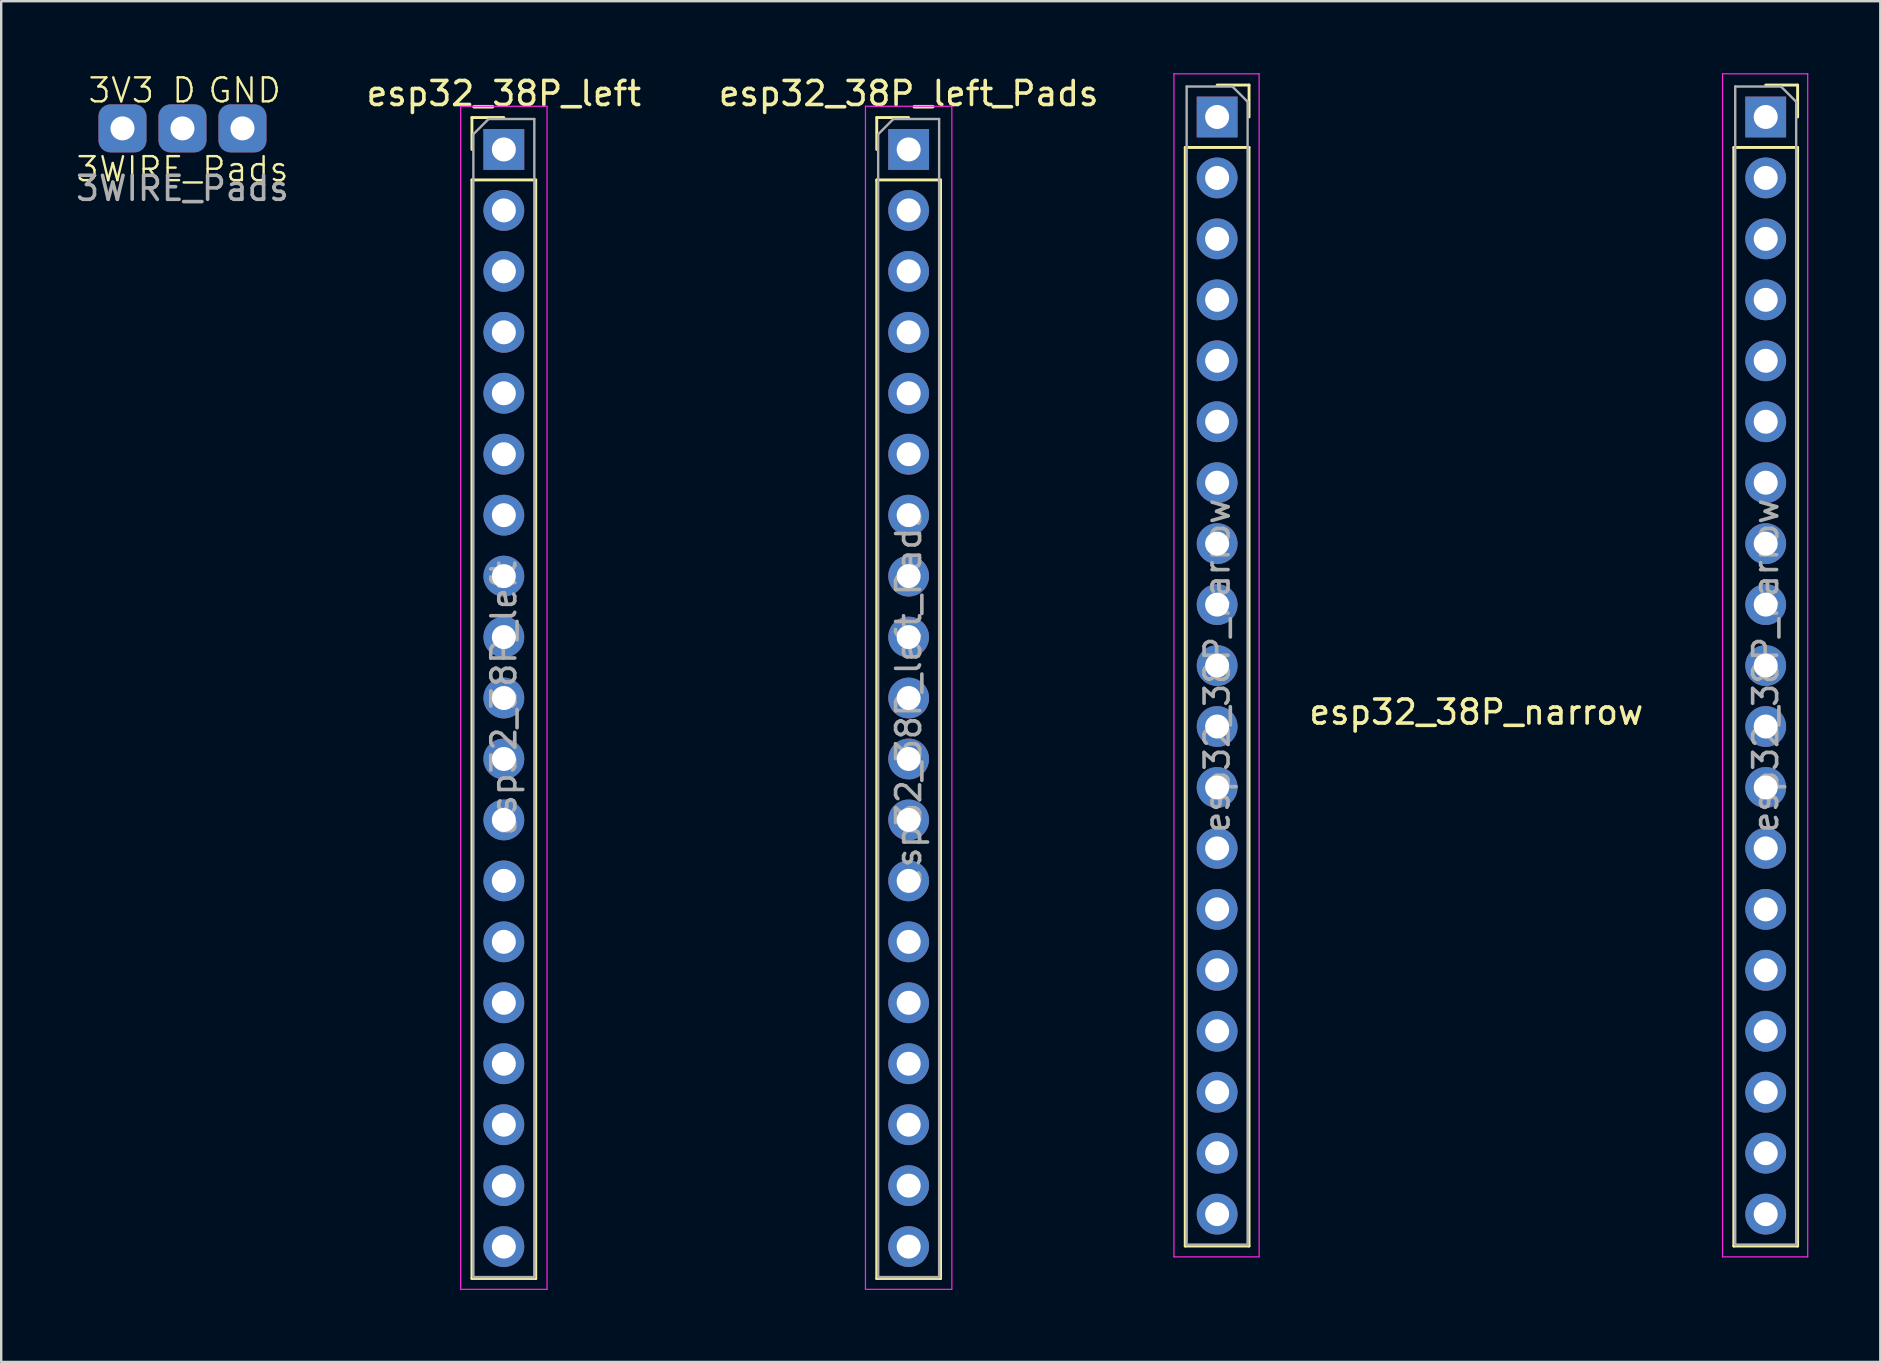
<source format=kicad_pcb>
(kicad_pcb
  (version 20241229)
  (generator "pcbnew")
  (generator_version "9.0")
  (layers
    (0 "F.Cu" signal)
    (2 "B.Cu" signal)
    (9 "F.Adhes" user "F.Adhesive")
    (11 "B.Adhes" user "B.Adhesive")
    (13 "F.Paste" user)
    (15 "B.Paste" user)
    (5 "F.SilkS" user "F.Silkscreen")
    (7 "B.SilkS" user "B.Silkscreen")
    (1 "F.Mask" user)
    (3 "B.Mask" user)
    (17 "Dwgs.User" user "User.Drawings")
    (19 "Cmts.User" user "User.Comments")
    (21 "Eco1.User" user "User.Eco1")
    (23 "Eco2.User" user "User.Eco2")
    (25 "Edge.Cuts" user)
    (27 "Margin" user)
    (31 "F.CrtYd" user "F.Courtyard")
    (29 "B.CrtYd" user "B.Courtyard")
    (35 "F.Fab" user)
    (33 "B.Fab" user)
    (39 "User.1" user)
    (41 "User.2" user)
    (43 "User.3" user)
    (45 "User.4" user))
  (footprint "esp32_38P_narrow"
    (layer "F.Cu")
    (at 47.67 1.825)
    (property "Reference" "esp32_38P_narrow" (at 10.8 24.8 0) (layer "F.SilkS") (effects (font (size 1 1) (thickness 0.15))))
    (attr through_hole)
    (fp_line (start -1.33 1.27) (end -1.33 47.05) (stroke (width 0.12) (type solid)) (layer "F.SilkS"))
    (fp_line (start -1.33 1.27) (end 1.33 1.27) (stroke (width 0.12) (type solid)) (layer "F.SilkS"))
    (fp_line (start -1.33 47.05) (end 1.33 47.05) (stroke (width 0.12) (type solid)) (layer "F.SilkS"))
    (fp_line (start 0 -1.33) (end 1.33 -1.33) (stroke (width 0.12) (type solid)) (layer "F.SilkS"))
    (fp_line (start 1.33 -1.33) (end 1.33 0) (stroke (width 0.12) (type solid)) (layer "F.SilkS"))
    (fp_line (start 1.33 1.27) (end 1.33 47.05) (stroke (width 0.12) (type solid)) (layer "F.SilkS"))
    (fp_line (start 21.53 1.27) (end 21.53 47.05) (stroke (width 0.12) (type solid)) (layer "F.SilkS"))
    (fp_line (start 21.53 1.27) (end 24.19 1.27) (stroke (width 0.12) (type solid)) (layer "F.SilkS"))
    (fp_line (start 21.53 47.05) (end 24.19 47.05) (stroke (width 0.12) (type solid)) (layer "F.SilkS"))
    (fp_line (start 22.86 -1.33) (end 24.19 -1.33) (stroke (width 0.12) (type solid)) (layer "F.SilkS"))
    (fp_line (start 24.19 -1.33) (end 24.19 0) (stroke (width 0.12) (type solid)) (layer "F.SilkS"))
    (fp_line (start 24.19 1.27) (end 24.19 47.05) (stroke (width 0.12) (type solid)) (layer "F.SilkS"))
    (fp_line (start -1.8 -1.8) (end 1.75 -1.8) (stroke (width 0.05) (type solid)) (layer "F.CrtYd"))
    (fp_line (start -1.8 47.5) (end -1.8 -1.8) (stroke (width 0.05) (type solid)) (layer "F.CrtYd"))
    (fp_line (start 1.75 -1.8) (end 1.75 47.5) (stroke (width 0.05) (type solid)) (layer "F.CrtYd"))
    (fp_line (start 1.75 47.5) (end -1.8 47.5) (stroke (width 0.05) (type solid)) (layer "F.CrtYd"))
    (fp_line (start 21.06 -1.8) (end 24.61 -1.8) (stroke (width 0.05) (type solid)) (layer "F.CrtYd"))
    (fp_line (start 21.06 47.5) (end 21.06 -1.8) (stroke (width 0.05) (type solid)) (layer "F.CrtYd"))
    (fp_line (start 24.61 -1.8) (end 24.61 47.5) (stroke (width 0.05) (type solid)) (layer "F.CrtYd"))
    (fp_line (start 24.61 47.5) (end 21.06 47.5) (stroke (width 0.05) (type solid)) (layer "F.CrtYd"))
    (fp_line (start -1.27 -1.27) (end 0.635 -1.27) (stroke (width 0.1) (type solid)) (layer "F.Fab"))
    (fp_line (start -1.27 46.99) (end -1.27 -1.27) (stroke (width 0.1) (type solid)) (layer "F.Fab"))
    (fp_line (start 0.635 -1.27) (end 1.27 -0.635) (stroke (width 0.1) (type solid)) (layer "F.Fab"))
    (fp_line (start 1.27 -0.635) (end 1.27 46.99) (stroke (width 0.1) (type solid)) (layer "F.Fab"))
    (fp_line (start 1.27 46.99) (end -1.27 46.99) (stroke (width 0.1) (type solid)) (layer "F.Fab"))
    (fp_line (start 21.59 -1.27) (end 23.495 -1.27) (stroke (width 0.1) (type solid)) (layer "F.Fab"))
    (fp_line (start 21.59 46.99) (end 21.59 -1.27) (stroke (width 0.1) (type solid)) (layer "F.Fab"))
    (fp_line (start 23.495 -1.27) (end 24.13 -0.635) (stroke (width 0.1) (type solid)) (layer "F.Fab"))
    (fp_line (start 24.13 -0.635) (end 24.13 46.99) (stroke (width 0.1) (type solid)) (layer "F.Fab"))
    (fp_line (start 24.13 46.99) (end 21.59 46.99) (stroke (width 0.1) (type solid)) (layer "F.Fab"))
    (fp_text user "${REFERENCE}" (at 0 22.86 90) (layer "F.Fab") (effects (font (size 1 1) (thickness 0.15))))
    (fp_text user "${REFERENCE}" (at 22.86 22.86 90) (layer "F.Fab") (effects (font (size 1 1) (thickness 0.15))))
    (pad "1" thru_hole rect (at 0 0) (size 1.7 1.7) (drill 1) (layers "*.Cu" "*.Mask"))
    (pad "2" thru_hole oval (at 0 2.54) (size 1.7 1.7) (drill 1) (layers "*.Cu" "*.Mask"))
    (pad "3" thru_hole oval (at 0 5.08) (size 1.7 1.7) (drill 1) (layers "*.Cu" "*.Mask"))
    (pad "4" thru_hole oval (at 0 7.62) (size 1.7 1.7) (drill 1) (layers "*.Cu" "*.Mask"))
    (pad "5" thru_hole oval (at 0 10.16) (size 1.7 1.7) (drill 1) (layers "*.Cu" "*.Mask"))
    (pad "6" thru_hole oval (at 0 12.7) (size 1.7 1.7) (drill 1) (layers "*.Cu" "*.Mask"))
    (pad "7" thru_hole oval (at 0 15.24) (size 1.7 1.7) (drill 1) (layers "*.Cu" "*.Mask"))
    (pad "8" thru_hole oval (at 0 17.78) (size 1.7 1.7) (drill 1) (layers "*.Cu" "*.Mask"))
    (pad "9" thru_hole oval (at 0 20.32) (size 1.7 1.7) (drill 1) (layers "*.Cu" "*.Mask"))
    (pad "10" thru_hole oval (at 0 22.86) (size 1.7 1.7) (drill 1) (layers "*.Cu" "*.Mask"))
    (pad "11" thru_hole oval (at 0 25.4) (size 1.7 1.7) (drill 1) (layers "*.Cu" "*.Mask"))
    (pad "12" thru_hole oval (at 0 27.94) (size 1.7 1.7) (drill 1) (layers "*.Cu" "*.Mask"))
    (pad "13" thru_hole oval (at 0 30.48) (size 1.7 1.7) (drill 1) (layers "*.Cu" "*.Mask"))
    (pad "14" thru_hole oval (at 0 33.02) (size 1.7 1.7) (drill 1) (layers "*.Cu" "*.Mask"))
    (pad "15" thru_hole oval (at 0 35.56) (size 1.7 1.7) (drill 1) (layers "*.Cu" "*.Mask"))
    (pad "16" thru_hole oval (at 0 38.1) (size 1.7 1.7) (drill 1) (layers "*.Cu" "*.Mask"))
    (pad "17" thru_hole oval (at 0 40.64) (size 1.7 1.7) (drill 1) (layers "*.Cu" "*.Mask"))
    (pad "18" thru_hole oval (at 0 43.18) (size 1.7 1.7) (drill 1) (layers "*.Cu" "*.Mask"))
    (pad "19" thru_hole oval (at 0 45.72) (size 1.7 1.7) (drill 1) (layers "*.Cu" "*.Mask"))
    (pad "20" thru_hole oval (at 22.86 45.72) (size 1.7 1.7) (drill 1) (layers "*.Cu" "*.Mask"))
    (pad "21" thru_hole oval (at 22.86 43.18) (size 1.7 1.7) (drill 1) (layers "*.Cu" "*.Mask"))
    (pad "22" thru_hole oval (at 22.86 40.64) (size 1.7 1.7) (drill 1) (layers "*.Cu" "*.Mask"))
    (pad "23" thru_hole oval (at 22.86 38.1) (size 1.7 1.7) (drill 1) (layers "*.Cu" "*.Mask"))
    (pad "24" thru_hole oval (at 22.86 35.56) (size 1.7 1.7) (drill 1) (layers "*.Cu" "*.Mask"))
    (pad "25" thru_hole oval (at 22.86 33.02) (size 1.7 1.7) (drill 1) (layers "*.Cu" "*.Mask"))
    (pad "26" thru_hole oval (at 22.86 30.48) (size 1.7 1.7) (drill 1) (layers "*.Cu" "*.Mask"))
    (pad "27" thru_hole oval (at 22.86 27.94) (size 1.7 1.7) (drill 1) (layers "*.Cu" "*.Mask"))
    (pad "28" thru_hole oval (at 22.86 25.4) (size 1.7 1.7) (drill 1) (layers "*.Cu" "*.Mask"))
    (pad "29" thru_hole oval (at 22.86 22.86) (size 1.7 1.7) (drill 1) (layers "*.Cu" "*.Mask"))
    (pad "30" thru_hole oval (at 22.86 20.32) (size 1.7 1.7) (drill 1) (layers "*.Cu" "*.Mask"))
    (pad "31" thru_hole oval (at 22.86 17.78) (size 1.7 1.7) (drill 1) (layers "*.Cu" "*.Mask"))
    (pad "32" thru_hole oval (at 22.86 15.24) (size 1.7 1.7) (drill 1) (layers "*.Cu" "*.Mask"))
    (pad "33" thru_hole oval (at 22.86 12.7) (size 1.7 1.7) (drill 1) (layers "*.Cu" "*.Mask"))
    (pad "34" thru_hole oval (at 22.86 10.16) (size 1.7 1.7) (drill 1) (layers "*.Cu" "*.Mask"))
    (pad "35" thru_hole oval (at 22.86 7.62) (size 1.7 1.7) (drill 1) (layers "*.Cu" "*.Mask"))
    (pad "36" thru_hole oval (at 22.86 5.08) (size 1.7 1.7) (drill 1) (layers "*.Cu" "*.Mask"))
    (pad "37" thru_hole oval (at 22.86 2.54) (size 1.7 1.7) (drill 1) (layers "*.Cu" "*.Mask"))
    (pad "38" thru_hole rect (at 22.86 0) (size 1.7 1.7) (drill 1) (layers "*.Cu" "*.Mask")))
  (footprint "esp32_38P_left_Pads"
    (layer "F.Cu")
    (at 34.815 26.038)
    (property "Reference" "esp32_38P_left_Pads" (at 0 -25.19 0) (layer "F.SilkS") (effects (font (size 1 1) (thickness 0.15))))
    (attr through_hole)
    (fp_line (start -1.33 -24.19) (end 0 -24.19) (stroke (width 0.12) (type solid)) (layer "F.SilkS"))
    (fp_line (start -1.33 -22.86) (end -1.33 -24.19) (stroke (width 0.12) (type solid)) (layer "F.SilkS"))
    (fp_line (start -1.33 -21.59) (end -1.33 24.19) (stroke (width 0.12) (type solid)) (layer "F.SilkS"))
    (fp_line (start -1.33 -21.59) (end 1.33 -21.59) (stroke (width 0.12) (type solid)) (layer "F.SilkS"))
    (fp_line (start -1.33 24.19) (end 1.33 24.19) (stroke (width 0.12) (type solid)) (layer "F.SilkS"))
    (fp_line (start 1.33 -21.59) (end 1.33 24.19) (stroke (width 0.12) (type solid)) (layer "F.SilkS"))
    (fp_line (start -1.8 -24.66) (end -1.8 24.64) (stroke (width 0.05) (type solid)) (layer "F.CrtYd"))
    (fp_line (start -1.8 24.64) (end 1.8 24.64) (stroke (width 0.05) (type solid)) (layer "F.CrtYd"))
    (fp_line (start 1.8 -24.66) (end -1.8 -24.66) (stroke (width 0.05) (type solid)) (layer "F.CrtYd"))
    (fp_line (start 1.8 24.64) (end 1.8 -24.66) (stroke (width 0.05) (type solid)) (layer "F.CrtYd"))
    (fp_line (start -1.27 -23.495) (end -0.635 -24.13) (stroke (width 0.1) (type solid)) (layer "F.Fab"))
    (fp_line (start -1.27 24.13) (end -1.27 -23.495) (stroke (width 0.1) (type solid)) (layer "F.Fab"))
    (fp_line (start -0.635 -24.13) (end 1.27 -24.13) (stroke (width 0.1) (type solid)) (layer "F.Fab"))
    (fp_line (start 1.27 -24.13) (end 1.27 24.13) (stroke (width 0.1) (type solid)) (layer "F.Fab"))
    (fp_line (start 1.27 24.13) (end -1.27 24.13) (stroke (width 0.1) (type solid)) (layer "F.Fab"))
    (fp_text user "${REFERENCE}" (at 0 0 90) (layer "F.Fab") (effects (font (size 1 1) (thickness 0.15))))
    (pad "1" thru_hole rect (at 0 -22.86) (size 1.7 1.7) (drill 1) (layers "*.Cu" "*.Mask"))
    (pad "2" thru_hole oval (at 0 -20.32) (size 1.7 1.7) (drill 1) (layers "*.Cu" "*.Mask"))
    (pad "3" thru_hole oval (at 0 -17.78) (size 1.7 1.7) (drill 1) (layers "*.Cu" "*.Mask"))
    (pad "4" thru_hole oval (at 0 -15.24) (size 1.7 1.7) (drill 1) (layers "*.Cu" "*.Mask"))
    (pad "5" thru_hole oval (at 0 -12.7) (size 1.7 1.7) (drill 1) (layers "*.Cu" "*.Mask"))
    (pad "6" thru_hole oval (at 0 -10.16) (size 1.7 1.7) (drill 1) (layers "*.Cu" "*.Mask"))
    (pad "7" thru_hole oval (at 0 -7.62) (size 1.7 1.7) (drill 1) (layers "*.Cu" "*.Mask"))
    (pad "8" thru_hole oval (at 0 -5.08) (size 1.7 1.7) (drill 1) (layers "*.Cu" "*.Mask"))
    (pad "9" thru_hole oval (at 0 -2.54) (size 1.7 1.7) (drill 1) (layers "*.Cu" "*.Mask"))
    (pad "10" thru_hole oval (at 0 0) (size 1.7 1.7) (drill 1) (layers "*.Cu" "*.Mask"))
    (pad "11" thru_hole oval (at 0 2.54) (size 1.7 1.7) (drill 1) (layers "*.Cu" "*.Mask"))
    (pad "12" thru_hole oval (at 0 5.08) (size 1.7 1.7) (drill 1) (layers "*.Cu" "*.Mask"))
    (pad "13" thru_hole oval (at 0 7.62) (size 1.7 1.7) (drill 1) (layers "*.Cu" "*.Mask"))
    (pad "14" thru_hole oval (at 0 10.16) (size 1.7 1.7) (drill 1) (layers "*.Cu" "*.Mask"))
    (pad "15" thru_hole oval (at 0 12.7) (size 1.7 1.7) (drill 1) (layers "*.Cu" "*.Mask"))
    (pad "16" thru_hole oval (at 0 15.24) (size 1.7 1.7) (drill 1) (layers "*.Cu" "*.Mask"))
    (pad "17" thru_hole oval (at 0 17.78) (size 1.7 1.7) (drill 1) (layers "*.Cu" "*.Mask"))
    (pad "18" thru_hole oval (at 0 20.32) (size 1.7 1.7) (drill 1) (layers "*.Cu" "*.Mask"))
    (pad "19" thru_hole oval (at 0 22.86) (size 1.7 1.7) (drill 1) (layers "*.Cu" "*.Mask")))
  (footprint "esp32_38P_left"
    (layer "F.Cu")
    (at 17.946 26.038)
    (property "Reference" "esp32_38P_left" (at 0 -25.19 0) (layer "F.SilkS") (effects (font (size 1 1) (thickness 0.15))))
    (attr through_hole)
    (fp_line (start -1.33 -24.19) (end 0 -24.19) (stroke (width 0.12) (type solid)) (layer "F.SilkS"))
    (fp_line (start -1.33 -22.86) (end -1.33 -24.19) (stroke (width 0.12) (type solid)) (layer "F.SilkS"))
    (fp_line (start -1.33 -21.59) (end -1.33 24.19) (stroke (width 0.12) (type solid)) (layer "F.SilkS"))
    (fp_line (start -1.33 -21.59) (end 1.33 -21.59) (stroke (width 0.12) (type solid)) (layer "F.SilkS"))
    (fp_line (start -1.33 24.19) (end 1.33 24.19) (stroke (width 0.12) (type solid)) (layer "F.SilkS"))
    (fp_line (start 1.33 -21.59) (end 1.33 24.19) (stroke (width 0.12) (type solid)) (layer "F.SilkS"))
    (fp_line (start -1.8 -24.66) (end -1.8 24.64) (stroke (width 0.05) (type solid)) (layer "F.CrtYd"))
    (fp_line (start -1.8 24.64) (end 1.8 24.64) (stroke (width 0.05) (type solid)) (layer "F.CrtYd"))
    (fp_line (start 1.8 -24.66) (end -1.8 -24.66) (stroke (width 0.05) (type solid)) (layer "F.CrtYd"))
    (fp_line (start 1.8 24.64) (end 1.8 -24.66) (stroke (width 0.05) (type solid)) (layer "F.CrtYd"))
    (fp_line (start -1.27 -23.495) (end -0.635 -24.13) (stroke (width 0.1) (type solid)) (layer "F.Fab"))
    (fp_line (start -1.27 24.13) (end -1.27 -23.495) (stroke (width 0.1) (type solid)) (layer "F.Fab"))
    (fp_line (start -0.635 -24.13) (end 1.27 -24.13) (stroke (width 0.1) (type solid)) (layer "F.Fab"))
    (fp_line (start 1.27 -24.13) (end 1.27 24.13) (stroke (width 0.1) (type solid)) (layer "F.Fab"))
    (fp_line (start 1.27 24.13) (end -1.27 24.13) (stroke (width 0.1) (type solid)) (layer "F.Fab"))
    (fp_text user "${REFERENCE}" (at 0 0 90) (layer "F.Fab") (effects (font (size 1 1) (thickness 0.15))))
    (pad "1" thru_hole rect (at 0 -22.86) (size 1.7 1.7) (drill 1) (layers "*.Cu" "*.Mask"))
    (pad "2" thru_hole oval (at 0 -20.32) (size 1.7 1.7) (drill 1) (layers "*.Cu" "*.Mask"))
    (pad "3" thru_hole oval (at 0 -17.78) (size 1.7 1.7) (drill 1) (layers "*.Cu" "*.Mask"))
    (pad "4" thru_hole oval (at 0 -15.24) (size 1.7 1.7) (drill 1) (layers "*.Cu" "*.Mask"))
    (pad "5" thru_hole oval (at 0 -12.7) (size 1.7 1.7) (drill 1) (layers "*.Cu" "*.Mask"))
    (pad "6" thru_hole oval (at 0 -10.16) (size 1.7 1.7) (drill 1) (layers "*.Cu" "*.Mask"))
    (pad "7" thru_hole oval (at 0 -7.62) (size 1.7 1.7) (drill 1) (layers "*.Cu" "*.Mask"))
    (pad "8" thru_hole oval (at 0 -5.08) (size 1.7 1.7) (drill 1) (layers "*.Cu" "*.Mask"))
    (pad "9" thru_hole oval (at 0 -2.54) (size 1.7 1.7) (drill 1) (layers "*.Cu" "*.Mask"))
    (pad "10" thru_hole oval (at 0 0) (size 1.7 1.7) (drill 1) (layers "*.Cu" "*.Mask"))
    (pad "11" thru_hole oval (at 0 2.54) (size 1.7 1.7) (drill 1) (layers "*.Cu" "*.Mask"))
    (pad "12" thru_hole oval (at 0 5.08) (size 1.7 1.7) (drill 1) (layers "*.Cu" "*.Mask"))
    (pad "13" thru_hole oval (at 0 7.62) (size 1.7 1.7) (drill 1) (layers "*.Cu" "*.Mask"))
    (pad "14" thru_hole oval (at 0 10.16) (size 1.7 1.7) (drill 1) (layers "*.Cu" "*.Mask"))
    (pad "15" thru_hole oval (at 0 12.7) (size 1.7 1.7) (drill 1) (layers "*.Cu" "*.Mask"))
    (pad "16" thru_hole oval (at 0 15.24) (size 1.7 1.7) (drill 1) (layers "*.Cu" "*.Mask"))
    (pad "17" thru_hole oval (at 0 17.78) (size 1.7 1.7) (drill 1) (layers "*.Cu" "*.Mask"))
    (pad "18" thru_hole oval (at 0 20.32) (size 1.7 1.7) (drill 1) (layers "*.Cu" "*.Mask"))
    (pad "19" thru_hole oval (at 0 22.86) (size 1.7 1.7) (drill 1) (layers "*.Cu" "*.Mask")))
  (footprint "3WIRE_Pads"
    (layer "F.Cu")
    (at 4.554 2.3)
    (property "Reference" "3WIRE_Pads" (at 0 1.7 0) (unlocked yes) (layer "F.SilkS") (effects (font (size 1 1) (thickness 0.1))))
    (attr smd)
    (fp_text user "3V3" (at -4 -1 0) (unlocked yes) (layer "F.SilkS") (effects (font (size 1 1) (thickness 0.1)) (justify left bottom)))
    (fp_text user "D" (at -0.5 -1 0) (unlocked yes) (layer "F.SilkS") (effects (font (size 1 1) (thickness 0.1)) (justify left bottom)))
    (fp_text user "GND" (at 1 -1 0) (unlocked yes) (layer "F.SilkS") (effects (font (size 1 1) (thickness 0.1)) (justify left bottom)))
    (fp_text user "${REFERENCE}" (at 0 2.5 0) (unlocked yes) (layer "F.Fab") (effects (font (size 1 1) (thickness 0.15))))
    (pad "1" thru_hole roundrect (at -2.5 0) (size 2 2) (drill 1) (layers "*.Cu" "*.Mask") (roundrect_rratio 0.25))
    (pad "2" thru_hole roundrect (at 0 0) (size 2 2) (drill 1) (layers "*.Cu" "*.Mask") (roundrect_rratio 0.25))
    (pad "3" thru_hole roundrect (at 2.5 0) (size 2 2) (drill 1) (layers "*.Cu" "*.Mask") (roundrect_rratio 0.25)))
  (gr_rect
    (start -3 -3)
    (end 75.305 53.703)
    (stroke (width 0.1) (type default))
    (fill no)
    (layer "Edge.Cuts")))
</source>
